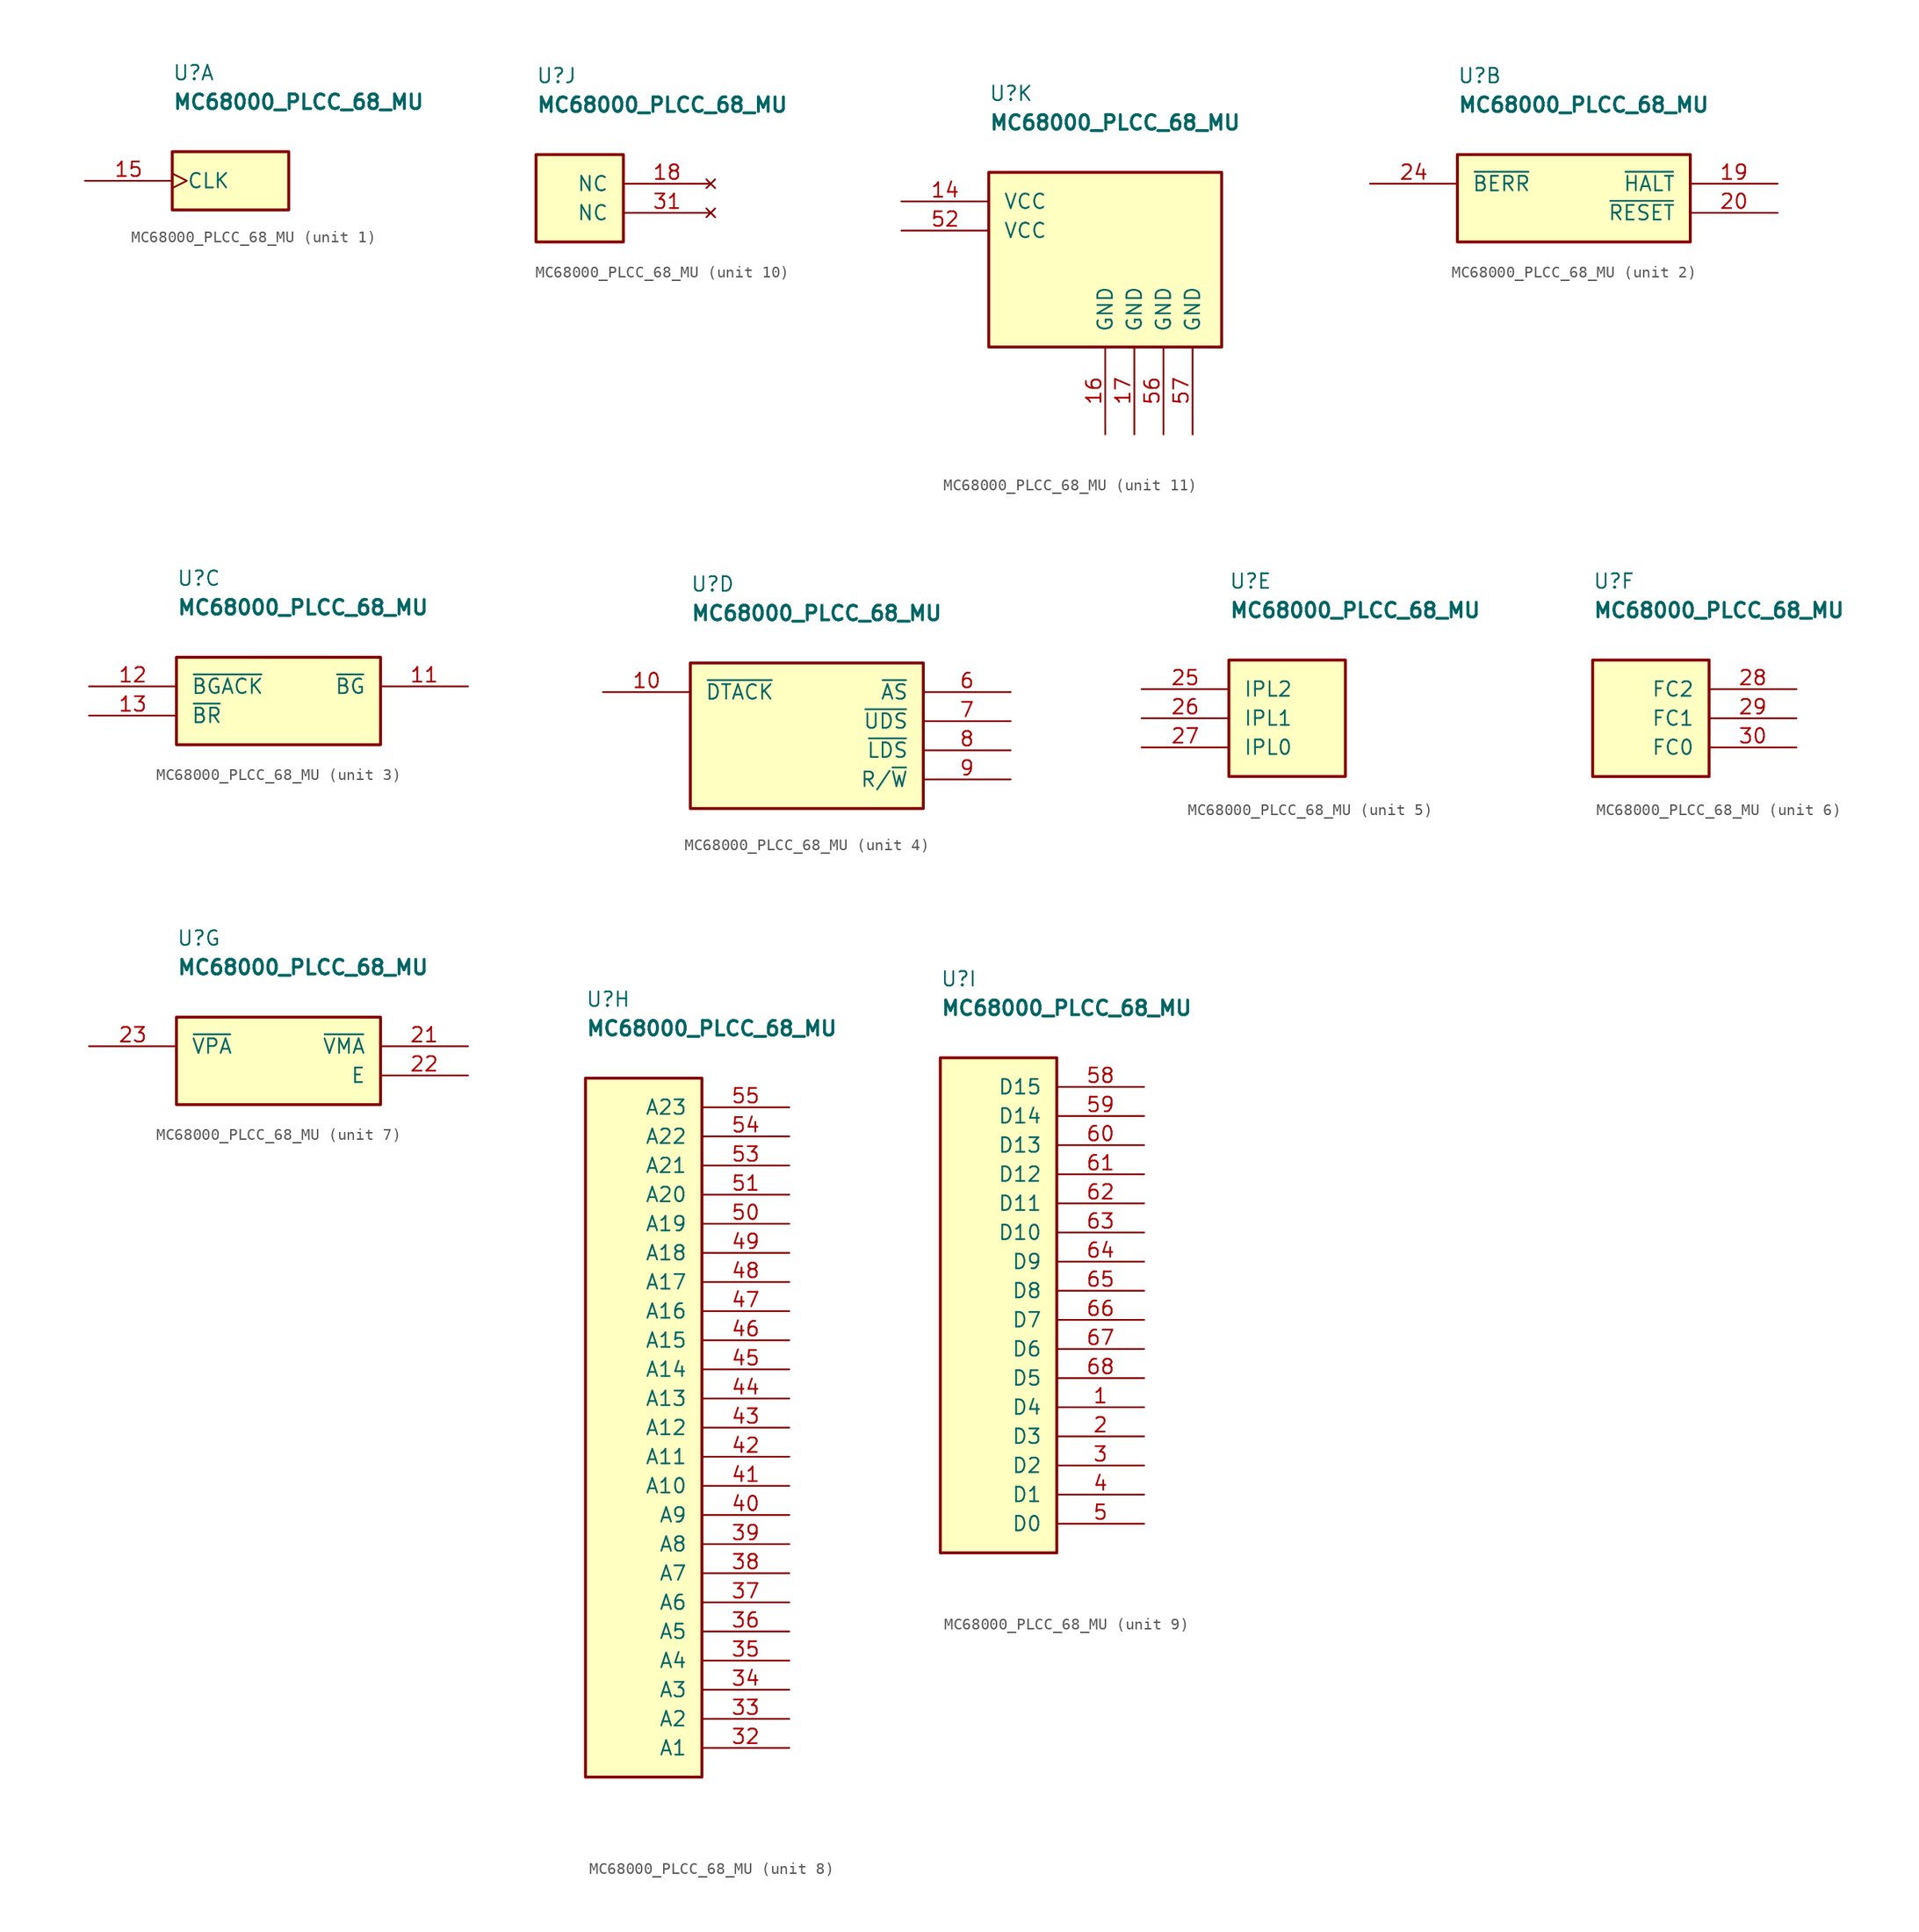
<source format=kicad_sym>
(kicad_symbol_lib
  (version 20220914)
  (generator electronic-symbol-generator-for-cad-by-sporniket)
  (symbol "MC68000_PLCC_68_MU"
    (pin_names
      (offset 1.27))
    (property "Reference" "U"
      (at 0 7.62 0)
      (effects (font (size 1.27 1.27)) (justify left top)))
    (property "Value" "MC68000_PLCC_68_MU"
      (at 0 5.08 0)
      (effects (font (size 1.27 1.27) bold) (justify left top)))
    (property "ki_locked" ""
      (at 0 0 0)
      (effects (font (size 1.27 1.27))))
    (symbol "MC68000_PLCC_68_MU_1_0"
      (rectangle (start 0 0) (end 10.16 -5.08) (stroke (width 0.254) (type solid)) (fill (type background)))
      (text "Clocking system" (at 0 2.54 0) (effects (font (size 1.27 1.27)) (justify left top) hide))
      (pin input clock (at -7.62 -2.54 0) (length 7.62) (name "CLK" (effects (font (size 1.27 1.27)))) (number "15" (effects (font (size 1.27 1.27))))))
    (symbol "MC68000_PLCC_68_MU_2_0"
      (rectangle (start 0 0) (end 20.32 -7.62) (stroke (width 0.254) (type solid)) (fill (type background)))
      (text "System control signals" (at 0 2.54 0) (effects (font (size 1.27 1.27)) (justify left top) hide))
      (pin bidirectional line (at 27.94 -2.54 180) (length 7.62) (name "~{HALT}" (effects (font (size 1.27 1.27)))) (number "19" (effects (font (size 1.27 1.27)))))
      (pin bidirectional line (at 27.94 -5.08 180) (length 7.62) (name "~{RESET}" (effects (font (size 1.27 1.27)))) (number "20" (effects (font (size 1.27 1.27)))))
      (pin input line (at -7.62 -2.54 0) (length 7.62) (name "~{BERR}" (effects (font (size 1.27 1.27)))) (number "24" (effects (font (size 1.27 1.27))))))
    (symbol "MC68000_PLCC_68_MU_3_0"
      (rectangle (start 0 0) (end 17.78 -7.62) (stroke (width 0.254) (type solid)) (fill (type background)))
      (text "Bus arbitration control" (at 0 2.54 0) (effects (font (size 1.27 1.27)) (justify left top) hide))
      (pin output line (at 25.4 -2.54 180) (length 7.62) (name "~{BG}" (effects (font (size 1.27 1.27)))) (number "11" (effects (font (size 1.27 1.27)))))
      (pin input line (at -7.62 -2.54 0) (length 7.62) (name "~{BGACK}" (effects (font (size 1.27 1.27)))) (number "12" (effects (font (size 1.27 1.27)))))
      (pin input line (at -7.62 -5.08 0) (length 7.62) (name "~{BR}" (effects (font (size 1.27 1.27)))) (number "13" (effects (font (size 1.27 1.27))))))
    (symbol "MC68000_PLCC_68_MU_4_0"
      (rectangle (start 0 0) (end 20.32 -12.7) (stroke (width 0.254) (type solid)) (fill (type background)))
      (text "Asynchronous bus control" (at 0 2.54 0) (effects (font (size 1.27 1.27)) (justify left top) hide))
      (pin input line (at -7.62 -2.54 0) (length 7.62) (name "~{DTACK}" (effects (font (size 1.27 1.27)))) (number "10" (effects (font (size 1.27 1.27)))))
      (pin tri_state line (at 27.94 -2.54 180) (length 7.62) (name "~{AS}" (effects (font (size 1.27 1.27)))) (number "6" (effects (font (size 1.27 1.27)))))
      (pin tri_state line (at 27.94 -5.08 180) (length 7.62) (name "~{UDS}" (effects (font (size 1.27 1.27)))) (number "7" (effects (font (size 1.27 1.27)))))
      (pin tri_state line (at 27.94 -7.62 180) (length 7.62) (name "~{LDS}" (effects (font (size 1.27 1.27)))) (number "8" (effects (font (size 1.27 1.27)))))
      (pin tri_state line (at 27.94 -10.16 180) (length 7.62) (name "R/~{W}" (effects (font (size 1.27 1.27)))) (number "9" (effects (font (size 1.27 1.27))))))
    (symbol "MC68000_PLCC_68_MU_5_0"
      (rectangle (start 0 0) (end 10.16 -10.16) (stroke (width 0.254) (type solid)) (fill (type background)))
      (text "Interrupt Priority Level (0..7)" (at 0 2.54 0) (effects (font (size 1.27 1.27)) (justify left top) hide))
      (pin input line (at -7.62 -2.54 0) (length 7.62) (name "IPL2" (effects (font (size 1.27 1.27)))) (number "25" (effects (font (size 1.27 1.27)))))
      (pin input line (at -7.62 -5.08 0) (length 7.62) (name "IPL1" (effects (font (size 1.27 1.27)))) (number "26" (effects (font (size 1.27 1.27)))))
      (pin input line (at -7.62 -7.62 0) (length 7.62) (name "IPL0" (effects (font (size 1.27 1.27)))) (number "27" (effects (font (size 1.27 1.27))))))
    (symbol "MC68000_PLCC_68_MU_6_0"
      (rectangle (start 0 0) (end 10.16 -10.16) (stroke (width 0.254) (type solid)) (fill (type background)))
      (text "Processor Function Code (0..7)" (at 0 2.54 0) (effects (font (size 1.27 1.27)) (justify left top) hide))
      (pin tri_state line (at 17.78 -2.54 180) (length 7.62) (name "FC2" (effects (font (size 1.27 1.27)))) (number "28" (effects (font (size 1.27 1.27)))))
      (pin tri_state line (at 17.78 -5.08 180) (length 7.62) (name "FC1" (effects (font (size 1.27 1.27)))) (number "29" (effects (font (size 1.27 1.27)))))
      (pin tri_state line (at 17.78 -7.62 180) (length 7.62) (name "FC0" (effects (font (size 1.27 1.27)))) (number "30" (effects (font (size 1.27 1.27))))))
    (symbol "MC68000_PLCC_68_MU_7_0"
      (rectangle (start 0 0) (end 17.78 -7.62) (stroke (width 0.254) (type solid)) (fill (type background)))
      (text "MC6800 Peripheral control" (at 0 2.54 0) (effects (font (size 1.27 1.27)) (justify left top) hide))
      (pin output line (at 25.4 -2.54 180) (length 7.62) (name "~{VMA}" (effects (font (size 1.27 1.27)))) (number "21" (effects (font (size 1.27 1.27)))))
      (pin output line (at 25.4 -5.08 180) (length 7.62) (name "E" (effects (font (size 1.27 1.27)))) (number "22" (effects (font (size 1.27 1.27)))))
      (pin input line (at -7.62 -2.54 0) (length 7.62) (name "~{VPA}" (effects (font (size 1.27 1.27)))) (number "23" (effects (font (size 1.27 1.27))))))
    (symbol "MC68000_PLCC_68_MU_8_0"
      (rectangle (start 0 0) (end 10.16 -60.96) (stroke (width 0.254) (type solid)) (fill (type background)))
      (text "CPU bus address" (at 0 2.54 0) (effects (font (size 1.27 1.27)) (justify left top) hide))
      (pin output line (at 17.78 -58.42 180) (length 7.62) (name "A1" (effects (font (size 1.27 1.27)))) (number "32" (effects (font (size 1.27 1.27)))))
      (pin output line (at 17.78 -55.88 180) (length 7.62) (name "A2" (effects (font (size 1.27 1.27)))) (number "33" (effects (font (size 1.27 1.27)))))
      (pin output line (at 17.78 -53.34 180) (length 7.62) (name "A3" (effects (font (size 1.27 1.27)))) (number "34" (effects (font (size 1.27 1.27)))))
      (pin output line (at 17.78 -50.8 180) (length 7.62) (name "A4" (effects (font (size 1.27 1.27)))) (number "35" (effects (font (size 1.27 1.27)))))
      (pin output line (at 17.78 -48.26 180) (length 7.62) (name "A5" (effects (font (size 1.27 1.27)))) (number "36" (effects (font (size 1.27 1.27)))))
      (pin output line (at 17.78 -45.72 180) (length 7.62) (name "A6" (effects (font (size 1.27 1.27)))) (number "37" (effects (font (size 1.27 1.27)))))
      (pin output line (at 17.78 -43.18 180) (length 7.62) (name "A7" (effects (font (size 1.27 1.27)))) (number "38" (effects (font (size 1.27 1.27)))))
      (pin output line (at 17.78 -40.64 180) (length 7.62) (name "A8" (effects (font (size 1.27 1.27)))) (number "39" (effects (font (size 1.27 1.27)))))
      (pin output line (at 17.78 -38.1 180) (length 7.62) (name "A9" (effects (font (size 1.27 1.27)))) (number "40" (effects (font (size 1.27 1.27)))))
      (pin output line (at 17.78 -35.56 180) (length 7.62) (name "A10" (effects (font (size 1.27 1.27)))) (number "41" (effects (font (size 1.27 1.27)))))
      (pin output line (at 17.78 -33.02 180) (length 7.62) (name "A11" (effects (font (size 1.27 1.27)))) (number "42" (effects (font (size 1.27 1.27)))))
      (pin output line (at 17.78 -30.48 180) (length 7.62) (name "A12" (effects (font (size 1.27 1.27)))) (number "43" (effects (font (size 1.27 1.27)))))
      (pin output line (at 17.78 -27.94 180) (length 7.62) (name "A13" (effects (font (size 1.27 1.27)))) (number "44" (effects (font (size 1.27 1.27)))))
      (pin output line (at 17.78 -25.4 180) (length 7.62) (name "A14" (effects (font (size 1.27 1.27)))) (number "45" (effects (font (size 1.27 1.27)))))
      (pin output line (at 17.78 -22.86 180) (length 7.62) (name "A15" (effects (font (size 1.27 1.27)))) (number "46" (effects (font (size 1.27 1.27)))))
      (pin output line (at 17.78 -20.32 180) (length 7.62) (name "A16" (effects (font (size 1.27 1.27)))) (number "47" (effects (font (size 1.27 1.27)))))
      (pin output line (at 17.78 -17.78 180) (length 7.62) (name "A17" (effects (font (size 1.27 1.27)))) (number "48" (effects (font (size 1.27 1.27)))))
      (pin output line (at 17.78 -15.24 180) (length 7.62) (name "A18" (effects (font (size 1.27 1.27)))) (number "49" (effects (font (size 1.27 1.27)))))
      (pin output line (at 17.78 -12.7 180) (length 7.62) (name "A19" (effects (font (size 1.27 1.27)))) (number "50" (effects (font (size 1.27 1.27)))))
      (pin output line (at 17.78 -10.16 180) (length 7.62) (name "A20" (effects (font (size 1.27 1.27)))) (number "51" (effects (font (size 1.27 1.27)))))
      (pin output line (at 17.78 -7.62 180) (length 7.62) (name "A21" (effects (font (size 1.27 1.27)))) (number "53" (effects (font (size 1.27 1.27)))))
      (pin output line (at 17.78 -5.08 180) (length 7.62) (name "A22" (effects (font (size 1.27 1.27)))) (number "54" (effects (font (size 1.27 1.27)))))
      (pin output line (at 17.78 -2.54 180) (length 7.62) (name "A23" (effects (font (size 1.27 1.27)))) (number "55" (effects (font (size 1.27 1.27))))))
    (symbol "MC68000_PLCC_68_MU_9_0"
      (rectangle (start 0 0) (end 10.16 -43.18) (stroke (width 0.254) (type solid)) (fill (type background)))
      (text "CPU bus data" (at 0 2.54 0) (effects (font (size 1.27 1.27)) (justify left top) hide))
      (pin bidirectional line (at 17.78 -30.48 180) (length 7.62) (name "D4" (effects (font (size 1.27 1.27)))) (number "1" (effects (font (size 1.27 1.27)))))
      (pin bidirectional line (at 17.78 -33.02 180) (length 7.62) (name "D3" (effects (font (size 1.27 1.27)))) (number "2" (effects (font (size 1.27 1.27)))))
      (pin bidirectional line (at 17.78 -35.56 180) (length 7.62) (name "D2" (effects (font (size 1.27 1.27)))) (number "3" (effects (font (size 1.27 1.27)))))
      (pin bidirectional line (at 17.78 -38.1 180) (length 7.62) (name "D1" (effects (font (size 1.27 1.27)))) (number "4" (effects (font (size 1.27 1.27)))))
      (pin bidirectional line (at 17.78 -40.64 180) (length 7.62) (name "D0" (effects (font (size 1.27 1.27)))) (number "5" (effects (font (size 1.27 1.27)))))
      (pin bidirectional line (at 17.78 -2.54 180) (length 7.62) (name "D15" (effects (font (size 1.27 1.27)))) (number "58" (effects (font (size 1.27 1.27)))))
      (pin bidirectional line (at 17.78 -5.08 180) (length 7.62) (name "D14" (effects (font (size 1.27 1.27)))) (number "59" (effects (font (size 1.27 1.27)))))
      (pin bidirectional line (at 17.78 -7.62 180) (length 7.62) (name "D13" (effects (font (size 1.27 1.27)))) (number "60" (effects (font (size 1.27 1.27)))))
      (pin bidirectional line (at 17.78 -10.16 180) (length 7.62) (name "D12" (effects (font (size 1.27 1.27)))) (number "61" (effects (font (size 1.27 1.27)))))
      (pin bidirectional line (at 17.78 -12.7 180) (length 7.62) (name "D11" (effects (font (size 1.27 1.27)))) (number "62" (effects (font (size 1.27 1.27)))))
      (pin bidirectional line (at 17.78 -15.24 180) (length 7.62) (name "D10" (effects (font (size 1.27 1.27)))) (number "63" (effects (font (size 1.27 1.27)))))
      (pin bidirectional line (at 17.78 -17.78 180) (length 7.62) (name "D9" (effects (font (size 1.27 1.27)))) (number "64" (effects (font (size 1.27 1.27)))))
      (pin bidirectional line (at 17.78 -20.32 180) (length 7.62) (name "D8" (effects (font (size 1.27 1.27)))) (number "65" (effects (font (size 1.27 1.27)))))
      (pin bidirectional line (at 17.78 -22.86 180) (length 7.62) (name "D7" (effects (font (size 1.27 1.27)))) (number "66" (effects (font (size 1.27 1.27)))))
      (pin bidirectional line (at 17.78 -25.4 180) (length 7.62) (name "D6" (effects (font (size 1.27 1.27)))) (number "67" (effects (font (size 1.27 1.27)))))
      (pin bidirectional line (at 17.78 -27.94 180) (length 7.62) (name "D5" (effects (font (size 1.27 1.27)))) (number "68" (effects (font (size 1.27 1.27))))))
    (symbol "MC68000_PLCC_68_MU_10_0"
      (rectangle (start 0 0) (end 7.62 -7.62) (stroke (width 0.254) (type solid)) (fill (type background)))
      (text "Other pins" (at 0 2.54 0) (effects (font (size 1.27 1.27)) (justify left top) hide))
      (pin no_connect line (at 15.24 -2.54 180) (length 7.62) (name "NC" (effects (font (size 1.27 1.27)))) (number "18" (effects (font (size 1.27 1.27)))))
      (pin no_connect line (at 15.24 -5.08 180) (length 7.62) (name "NC" (effects (font (size 1.27 1.27)))) (number "31" (effects (font (size 1.27 1.27))))))
    (symbol "MC68000_PLCC_68_MU_11_0"
      (rectangle (start 0 0) (end 20.32 -15.24) (stroke (width 0.254) (type solid)) (fill (type background)))
      (text "Power distribution" (at 0 2.54 0) (effects (font (size 1.27 1.27)) (justify left top) hide))
      (pin power_in line (at -7.62 -2.54 0) (length 7.62) (name "VCC" (effects (font (size 1.27 1.27)))) (number "14" (effects (font (size 1.27 1.27)))))
      (pin power_in line (at 10.16 -22.86 90) (length 7.62) (name "GND" (effects (font (size 1.27 1.27)))) (number "16" (effects (font (size 1.27 1.27)))))
      (pin power_in line (at 12.7 -22.86 90) (length 7.62) (name "GND" (effects (font (size 1.27 1.27)))) (number "17" (effects (font (size 1.27 1.27)))))
      (pin power_in line (at -7.62 -5.08 0) (length 7.62) (name "VCC" (effects (font (size 1.27 1.27)))) (number "52" (effects (font (size 1.27 1.27)))))
      (pin power_in line (at 15.24 -22.86 90) (length 7.62) (name "GND" (effects (font (size 1.27 1.27)))) (number "56" (effects (font (size 1.27 1.27)))))
      (pin power_in line (at 17.78 -22.86 90) (length 7.62) (name "GND" (effects (font (size 1.27 1.27)))) (number "57" (effects (font (size 1.27 1.27))))))))
</source>
